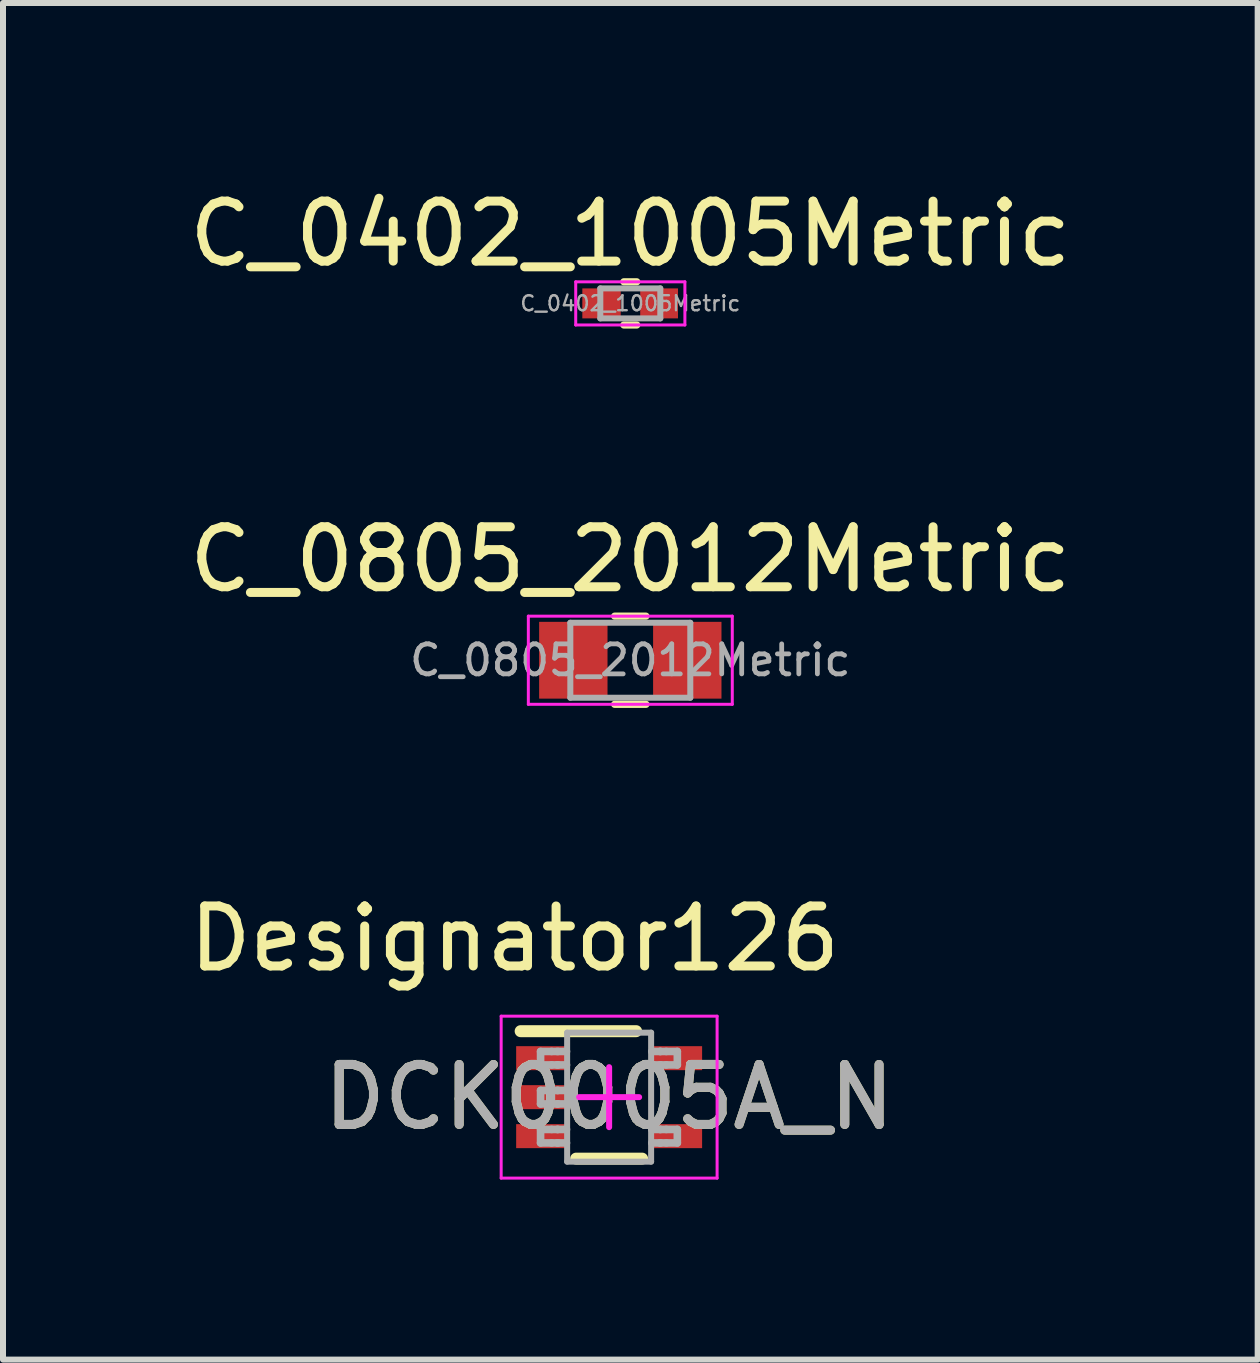
<source format=kicad_pcb>
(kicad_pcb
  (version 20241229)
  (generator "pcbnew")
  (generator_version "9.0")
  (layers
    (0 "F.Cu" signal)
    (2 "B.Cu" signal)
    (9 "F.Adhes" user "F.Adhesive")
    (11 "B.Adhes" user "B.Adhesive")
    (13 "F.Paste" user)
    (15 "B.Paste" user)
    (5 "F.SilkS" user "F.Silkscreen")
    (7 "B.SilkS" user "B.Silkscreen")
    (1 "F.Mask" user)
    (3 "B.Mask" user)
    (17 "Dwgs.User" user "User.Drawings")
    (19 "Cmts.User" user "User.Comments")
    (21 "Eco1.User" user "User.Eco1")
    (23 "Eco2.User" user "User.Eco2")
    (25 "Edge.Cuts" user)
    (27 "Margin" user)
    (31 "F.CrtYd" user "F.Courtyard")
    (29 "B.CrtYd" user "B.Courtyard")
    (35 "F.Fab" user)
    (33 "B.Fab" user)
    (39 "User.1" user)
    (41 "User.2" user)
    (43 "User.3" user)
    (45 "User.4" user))
  (footprint "C_0805_2012Metric"
    (layer "F.Cu")
    (at 7.458 7.957)
    (property "Reference" "C_0805_2012Metric" (at 0 -1.68 0) (layer "F.SilkS") (effects (font (size 1 1) (thickness 0.15))))
    (attr smd)
    (fp_line (start -0.261 -0.735) (end 0.261 -0.735) (stroke (width 0.12) (type solid)) (layer "F.SilkS"))
    (fp_line (start -0.261 0.735) (end 0.261 0.735) (stroke (width 0.12) (type solid)) (layer "F.SilkS"))
    (fp_line (start -1.7 -0.735) (end 1.7 -0.735) (stroke (width 0.05) (type solid)) (layer "F.CrtYd"))
    (fp_line (start -1.7 0.735) (end -1.7 -0.735) (stroke (width 0.05) (type solid)) (layer "F.CrtYd"))
    (fp_line (start 1.7 -0.735) (end 1.7 0.735) (stroke (width 0.05) (type solid)) (layer "F.CrtYd"))
    (fp_line (start 1.7 0.735) (end -1.7 0.735) (stroke (width 0.05) (type solid)) (layer "F.CrtYd"))
    (fp_line (start -1 -0.625) (end 1 -0.625) (stroke (width 0.1) (type solid)) (layer "F.Fab"))
    (fp_line (start -1 0.625) (end -1 -0.625) (stroke (width 0.1) (type solid)) (layer "F.Fab"))
    (fp_line (start 1 -0.625) (end 1 0.625) (stroke (width 0.1) (type solid)) (layer "F.Fab"))
    (fp_line (start 1 0.625) (end -1 0.625) (stroke (width 0.1) (type solid)) (layer "F.Fab"))
    (fp_text user "${REFERENCE}" (at 0 0 0) (layer "F.Fab") (effects (font (size 0.5 0.5) (thickness 0.08))))
    (pad "1" smd rect (at -0.95 0) (size 1.14 1.28) (layers "F.Cu" "F.Mask" "F.Paste"))
    (pad "2" smd rect (at 0.95 0) (size 1.14 1.28) (layers "F.Cu" "F.Mask" "F.Paste")))
  (footprint "C_0402_1005Metric"
    (layer "F.Cu")
    (at 7.458 2.008)
    (property "Reference" "C_0402_1005Metric" (at 0 -1.16 0) (layer "F.SilkS") (effects (font (size 1 1) (thickness 0.15))))
    (attr smd)
    (fp_line (start -0.108 -0.36) (end 0.108 -0.36) (stroke (width 0.12) (type solid)) (layer "F.SilkS"))
    (fp_line (start -0.108 0.36) (end 0.108 0.36) (stroke (width 0.12) (type solid)) (layer "F.SilkS"))
    (fp_line (start -0.91 -0.36) (end 0.91 -0.36) (stroke (width 0.05) (type solid)) (layer "F.CrtYd"))
    (fp_line (start -0.91 0.36) (end -0.91 -0.36) (stroke (width 0.05) (type solid)) (layer "F.CrtYd"))
    (fp_line (start 0.91 -0.36) (end 0.91 0.36) (stroke (width 0.05) (type solid)) (layer "F.CrtYd"))
    (fp_line (start 0.91 0.36) (end -0.91 0.36) (stroke (width 0.05) (type solid)) (layer "F.CrtYd"))
    (fp_line (start -0.5 -0.25) (end 0.5 -0.25) (stroke (width 0.1) (type solid)) (layer "F.Fab"))
    (fp_line (start -0.5 0.25) (end -0.5 -0.25) (stroke (width 0.1) (type solid)) (layer "F.Fab"))
    (fp_line (start 0.5 -0.25) (end 0.5 0.25) (stroke (width 0.1) (type solid)) (layer "F.Fab"))
    (fp_line (start 0.5 0.25) (end -0.5 0.25) (stroke (width 0.1) (type solid)) (layer "F.Fab"))
    (fp_text user "${REFERENCE}" (at 0 0 0) (layer "F.Fab") (effects (font (size 0.25 0.25) (thickness 0.04))))
    (pad "1" smd rect (at -0.48 0) (size 0.64 0.5) (layers "F.Cu" "F.Mask" "F.Paste"))
    (pad "2" smd rect (at 0.48 0) (size 0.63 0.5) (layers "F.Cu" "F.Mask" "F.Paste")))
  (footprint "DCK0005A_N"
    (layer "F.Cu")
    (at 7.105 15.241)
    (property "Reference" "DCK0005A_N" (at 0 0 0) (unlocked yes) (layer "F.SilkS") (effects (font (size 1 1) (thickness 0.15))))
    (attr smd)
    (fp_line (start -1.475 -1.1) (end 0.45 -1.1) (stroke (width 0.2) (type solid)) (layer "F.SilkS"))
    (fp_line (start -0.55 1.025) (end 0.55 1.025) (stroke (width 0.2) (type solid)) (layer "F.SilkS"))
    (fp_line (start -1.8 -1.35) (end 1.8 -1.35) (stroke (width 0.05) (type solid)) (layer "F.CrtYd"))
    (fp_line (start -1.8 1.35) (end -1.8 -1.35) (stroke (width 0.05) (type solid)) (layer "F.CrtYd"))
    (fp_line (start -1.8 1.35) (end 1.8 1.35) (stroke (width 0.05) (type solid)) (layer "F.CrtYd"))
    (fp_line (start -0.5 0) (end 0.5 0) (stroke (width 0.1) (type solid)) (layer "F.CrtYd"))
    (fp_line (start 0 0.5) (end 0 -0.5) (stroke (width 0.1) (type solid)) (layer "F.CrtYd"))
    (fp_line (start 1.8 1.35) (end 1.8 -1.35) (stroke (width 0.05) (type solid)) (layer "F.CrtYd"))
    (fp_line (start -1.143 -0.762) (end -0.959 -0.762) (stroke (width 0.127) (type solid)) (layer "F.Fab"))
    (fp_line (start -1.143 -0.537) (end -1.143 -0.762) (stroke (width 0.127) (type solid)) (layer "F.Fab"))
    (fp_line (start -1.143 -0.537) (end -0.959 -0.537) (stroke (width 0.127) (type solid)) (layer "F.Fab"))
    (fp_line (start -1.143 -0.112) (end -0.959 -0.112) (stroke (width 0.127) (type solid)) (layer "F.Fab"))
    (fp_line (start -1.143 0.113) (end -1.143 -0.112) (stroke (width 0.127) (type solid)) (layer "F.Fab"))
    (fp_line (start -1.143 0.113) (end -0.959 0.113) (stroke (width 0.127) (type solid)) (layer "F.Fab"))
    (fp_line (start -1.143 0.538) (end -0.959 0.538) (stroke (width 0.127) (type solid)) (layer "F.Fab"))
    (fp_line (start -1.143 0.763) (end -1.143 0.538) (stroke (width 0.127) (type solid)) (layer "F.Fab"))
    (fp_line (start -1.143 0.763) (end -0.959 0.763) (stroke (width 0.127) (type solid)) (layer "F.Fab"))
    (fp_line (start -0.959 -0.762) (end -0.711 -0.762) (stroke (width 0.127) (type solid)) (layer "F.Fab"))
    (fp_line (start -0.959 -0.537) (end -0.865 -0.537) (stroke (width 0.127) (type solid)) (layer "F.Fab"))
    (fp_line (start -0.959 -0.112) (end -0.865 -0.112) (stroke (width 0.127) (type solid)) (layer "F.Fab"))
    (fp_line (start -0.959 0.113) (end -0.865 0.113) (stroke (width 0.127) (type solid)) (layer "F.Fab"))
    (fp_line (start -0.959 0.538) (end -0.865 0.538) (stroke (width 0.127) (type solid)) (layer "F.Fab"))
    (fp_line (start -0.959 0.763) (end -0.865 0.763) (stroke (width 0.127) (type solid)) (layer "F.Fab"))
    (fp_line (start -0.865 -0.762) (end -0.853 -0.762) (stroke (width 0.127) (type solid)) (layer "F.Fab"))
    (fp_line (start -0.865 -0.537) (end -0.853 -0.537) (stroke (width 0.127) (type solid)) (layer "F.Fab"))
    (fp_line (start -0.865 -0.112) (end -0.853 -0.112) (stroke (width 0.127) (type solid)) (layer "F.Fab"))
    (fp_line (start -0.865 0.113) (end -0.853 0.113) (stroke (width 0.127) (type solid)) (layer "F.Fab"))
    (fp_line (start -0.865 0.538) (end -0.853 0.538) (stroke (width 0.127) (type solid)) (layer "F.Fab"))
    (fp_line (start -0.865 0.763) (end -0.853 0.763) (stroke (width 0.127) (type solid)) (layer "F.Fab"))
    (fp_line (start -0.853 -0.537) (end -0.711 -0.537) (stroke (width 0.127) (type solid)) (layer "F.Fab"))
    (fp_line (start -0.853 -0.112) (end -0.711 -0.112) (stroke (width 0.127) (type solid)) (layer "F.Fab"))
    (fp_line (start -0.853 0.113) (end -0.711 0.113) (stroke (width 0.127) (type solid)) (layer "F.Fab"))
    (fp_line (start -0.853 0.538) (end -0.711 0.538) (stroke (width 0.127) (type solid)) (layer "F.Fab"))
    (fp_line (start -0.853 0.763) (end -0.711 0.763) (stroke (width 0.127) (type solid)) (layer "F.Fab"))
    (fp_line (start -0.7 -1.075) (end 0.7 -1.075) (stroke (width 0.1) (type solid)) (layer "F.Fab"))
    (fp_line (start -0.7 1.075) (end -0.7 -1.075) (stroke (width 0.1) (type solid)) (layer "F.Fab"))
    (fp_line (start -0.7 1.075) (end 0.7 1.075) (stroke (width 0.1) (type solid)) (layer "F.Fab"))
    (fp_line (start 0.7 1.075) (end 0.7 -1.075) (stroke (width 0.1) (type solid)) (layer "F.Fab"))
    (fp_line (start 0.711 -0.762) (end 0.847 -0.762) (stroke (width 0.127) (type solid)) (layer "F.Fab"))
    (fp_line (start 0.711 -0.537) (end 0.847 -0.537) (stroke (width 0.127) (type solid)) (layer "F.Fab"))
    (fp_line (start 0.711 0.538) (end 0.847 0.538) (stroke (width 0.127) (type solid)) (layer "F.Fab"))
    (fp_line (start 0.711 0.763) (end 0.847 0.763) (stroke (width 0.127) (type solid)) (layer "F.Fab"))
    (fp_line (start 0.847 -0.762) (end 0.859 -0.762) (stroke (width 0.127) (type solid)) (layer "F.Fab"))
    (fp_line (start 0.847 -0.537) (end 0.859 -0.537) (stroke (width 0.127) (type solid)) (layer "F.Fab"))
    (fp_line (start 0.847 0.538) (end 0.859 0.538) (stroke (width 0.127) (type solid)) (layer "F.Fab"))
    (fp_line (start 0.847 0.763) (end 0.859 0.763) (stroke (width 0.127) (type solid)) (layer "F.Fab"))
    (fp_line (start 0.859 -0.762) (end 0.953 -0.762) (stroke (width 0.127) (type solid)) (layer "F.Fab"))
    (fp_line (start 0.859 -0.537) (end 0.953 -0.537) (stroke (width 0.127) (type solid)) (layer "F.Fab"))
    (fp_line (start 0.859 0.538) (end 0.953 0.538) (stroke (width 0.127) (type solid)) (layer "F.Fab"))
    (fp_line (start 0.859 0.763) (end 0.953 0.763) (stroke (width 0.127) (type solid)) (layer "F.Fab"))
    (fp_line (start 0.953 -0.762) (end 1.137 -0.762) (stroke (width 0.127) (type solid)) (layer "F.Fab"))
    (fp_line (start 0.953 -0.537) (end 1.137 -0.537) (stroke (width 0.127) (type solid)) (layer "F.Fab"))
    (fp_line (start 0.953 0.538) (end 1.137 0.538) (stroke (width 0.127) (type solid)) (layer "F.Fab"))
    (fp_line (start 0.953 0.763) (end 1.137 0.763) (stroke (width 0.127) (type solid)) (layer "F.Fab"))
    (fp_line (start 1.137 -0.537) (end 1.137 -0.762) (stroke (width 0.127) (type solid)) (layer "F.Fab"))
    (fp_line (start 1.137 0.763) (end 1.137 0.538) (stroke (width 0.127) (type solid)) (layer "F.Fab"))
    (fp_text user "Designator126" (at -1.575 -2.642 0) (unlocked yes) (layer "F.SilkS") (effects (font (size 1 1) (thickness 0.15))))
    (fp_text user "${REFERENCE}" (at 0 0 0) (unlocked yes) (layer "F.Fab") (effects (font (size 1 1) (thickness 0.15))))
    (pad "1" smd rect (at -1.125 -0.65 90) (size 0.4 0.85) (layers "F.Cu" "F.Mask" "F.Paste"))
    (pad "2" smd rect (at -1.125 0 90) (size 0.4 0.85) (layers "F.Cu" "F.Mask" "F.Paste"))
    (pad "3" smd rect (at -1.125 0.65 90) (size 0.4 0.85) (layers "F.Cu" "F.Mask" "F.Paste"))
    (pad "4" smd rect (at 1.125 0.65 90) (size 0.4 0.85) (layers "F.Cu" "F.Mask" "F.Paste"))
    (pad "5" smd rect (at 1.125 -0.65 90) (size 0.4 0.85) (layers "F.Cu" "F.Mask" "F.Paste")))
  (gr_rect
    (start -3 -3)
    (end 17.917 19.616)
    (stroke (width 0.1) (type default))
    (fill no)
    (layer "Edge.Cuts")))
</source>
